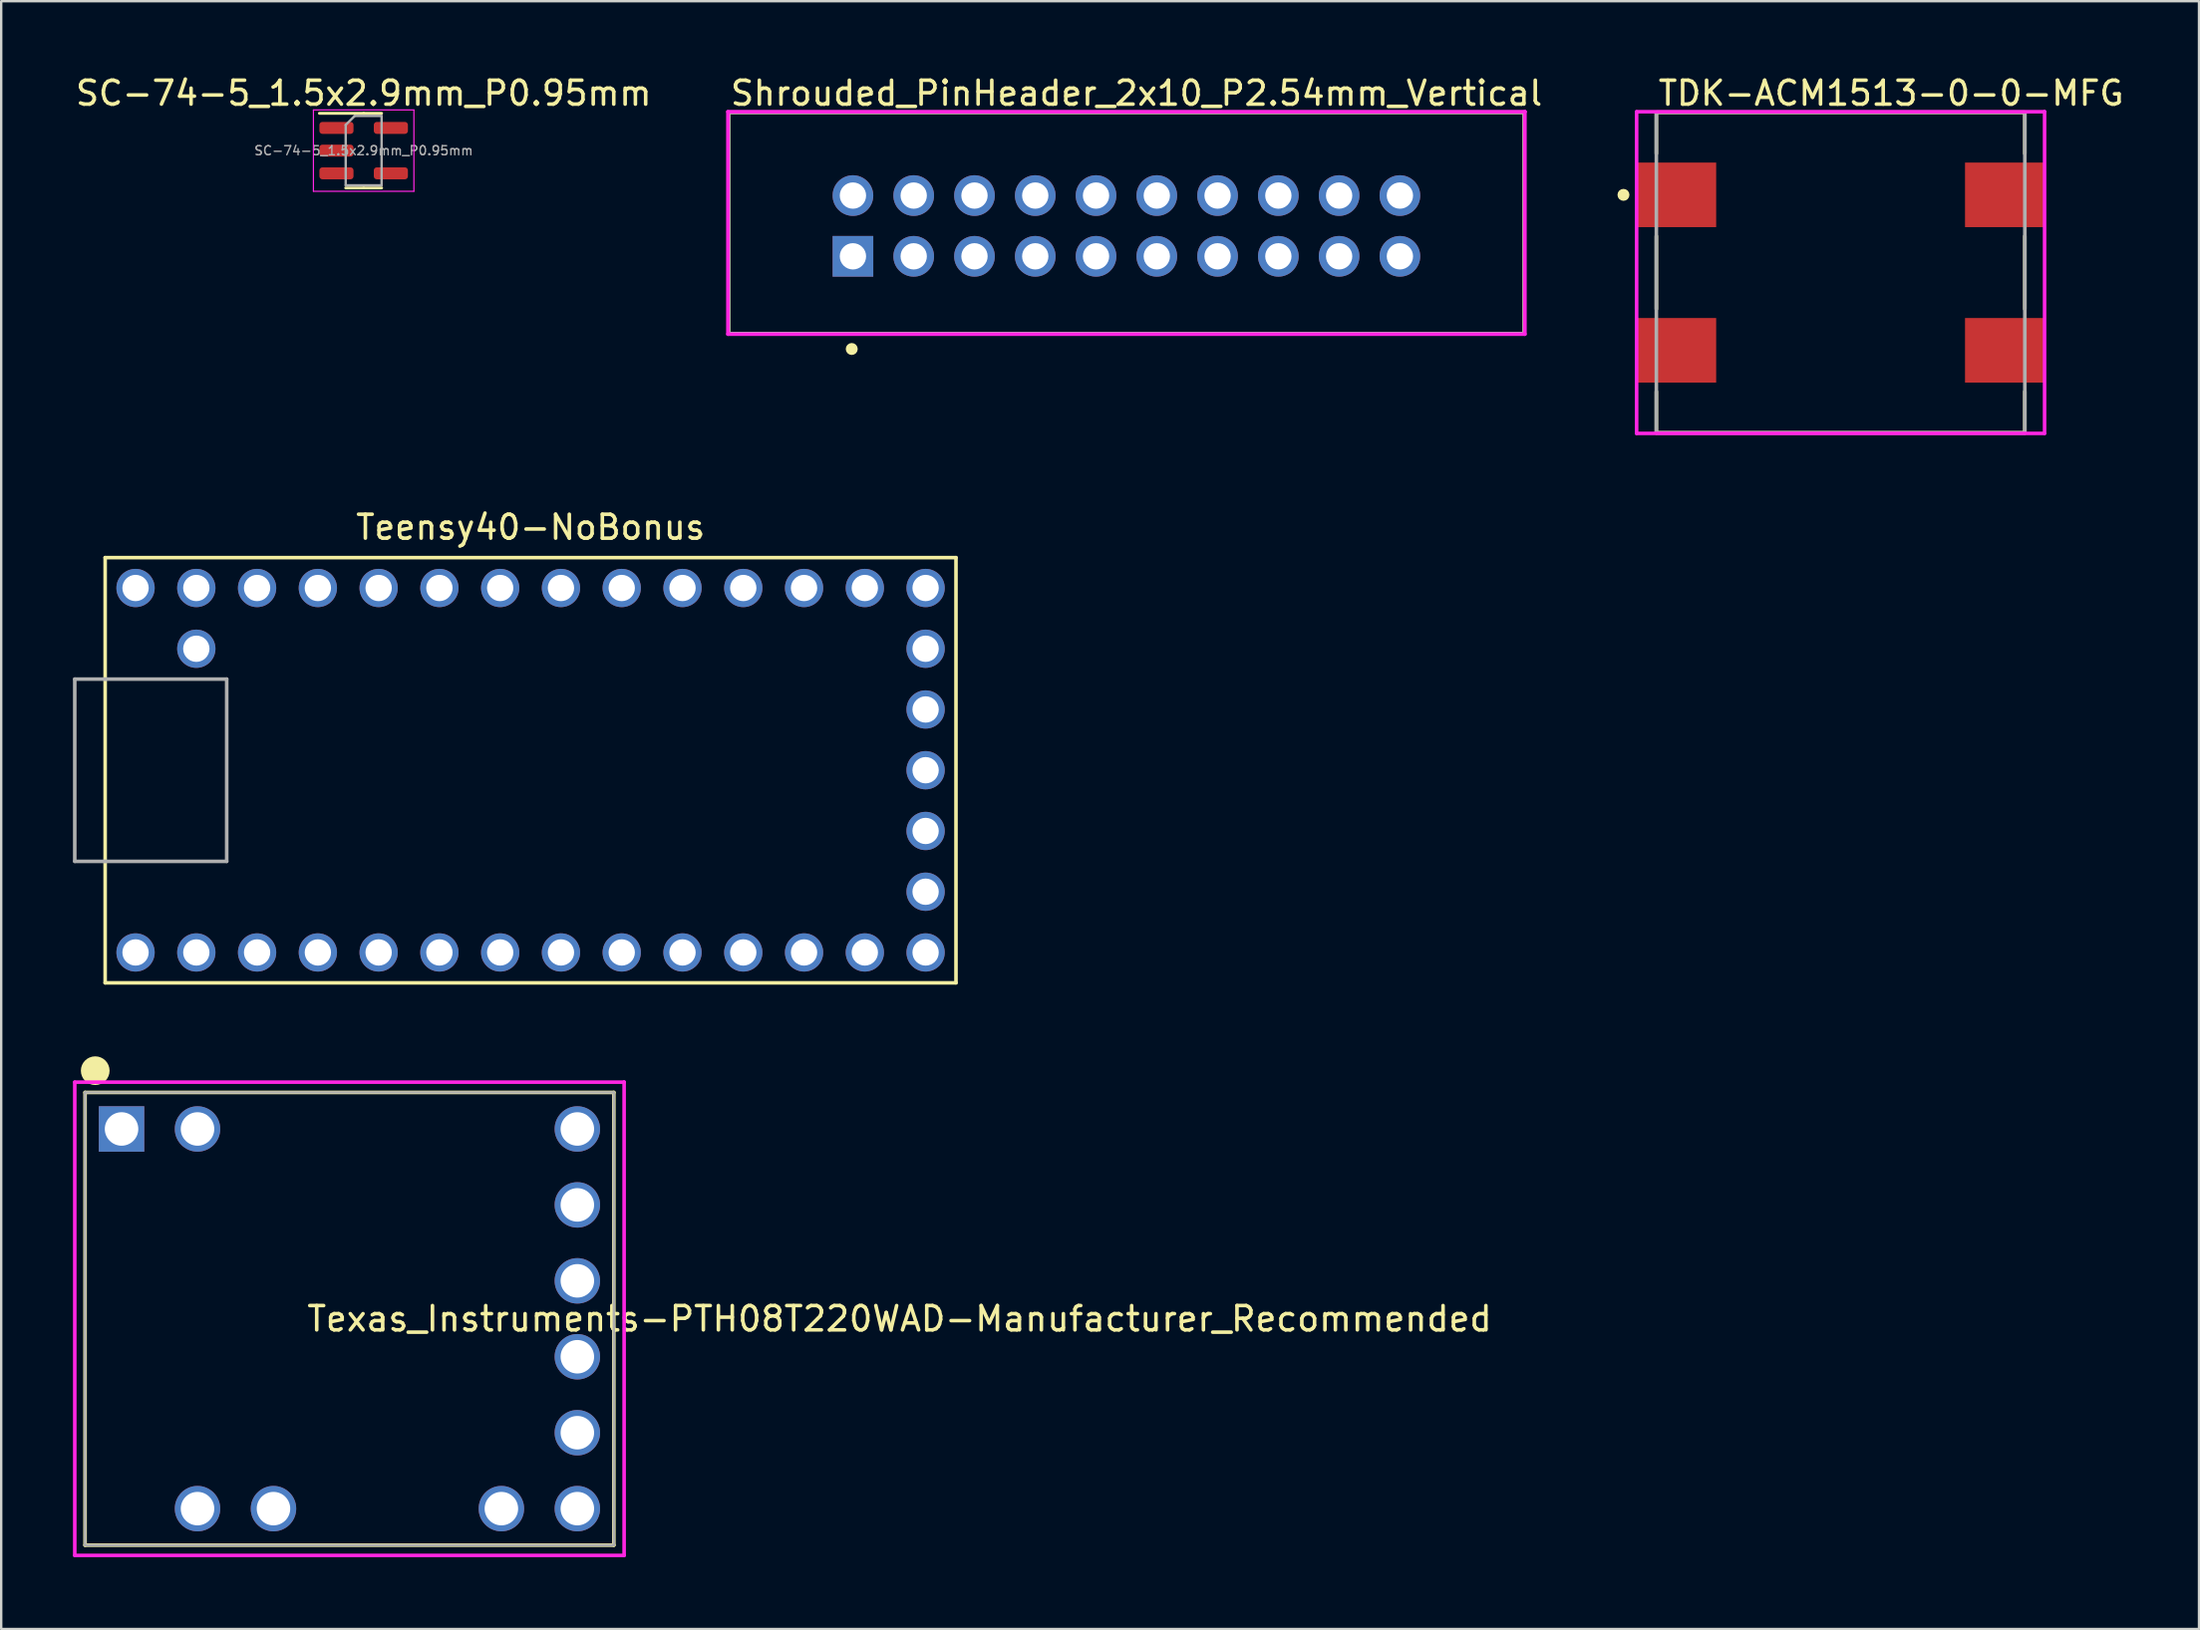
<source format=kicad_pcb>
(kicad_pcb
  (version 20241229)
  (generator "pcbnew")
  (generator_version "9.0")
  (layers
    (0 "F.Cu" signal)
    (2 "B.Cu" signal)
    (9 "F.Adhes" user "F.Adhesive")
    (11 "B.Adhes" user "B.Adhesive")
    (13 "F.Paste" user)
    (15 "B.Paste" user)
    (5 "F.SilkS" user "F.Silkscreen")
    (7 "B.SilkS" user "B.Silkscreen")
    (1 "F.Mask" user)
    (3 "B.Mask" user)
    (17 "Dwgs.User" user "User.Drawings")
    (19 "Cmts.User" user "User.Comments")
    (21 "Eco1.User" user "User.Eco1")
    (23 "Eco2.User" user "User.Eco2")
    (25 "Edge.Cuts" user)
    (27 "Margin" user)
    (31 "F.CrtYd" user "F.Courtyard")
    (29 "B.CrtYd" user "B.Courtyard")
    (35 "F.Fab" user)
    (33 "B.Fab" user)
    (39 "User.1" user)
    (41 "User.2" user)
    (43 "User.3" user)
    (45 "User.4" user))
  (footprint "TDK-ACM1513-0-0-MFG"
    (layer "F.Cu")
    (at 73.877 8.348)
    (property "Reference" "TDK-ACM1513-0-0-MFG" (at -7.7 -7.5 0) (layer "F.SilkS") (effects (font (size 1 1) (thickness 0.15)) (justify left)))
    (attr through_hole)
    (fp_line (start -7.7 -6.7) (end 7.7 -6.7) (stroke (width 0.15) (type solid)) (layer "F.SilkS"))
    (fp_line (start -7.7 -4.975) (end -7.7 -6.7) (stroke (width 0.15) (type solid)) (layer "F.SilkS"))
    (fp_line (start -7.7 1.525) (end -7.7 -1.525) (stroke (width 0.15) (type solid)) (layer "F.SilkS"))
    (fp_line (start -7.7 6.7) (end -7.7 4.975) (stroke (width 0.15) (type solid)) (layer "F.SilkS"))
    (fp_line (start -7.7 6.7) (end 7.7 6.7) (stroke (width 0.15) (type solid)) (layer "F.SilkS"))
    (fp_line (start 7.7 -4.975) (end 7.7 -6.7) (stroke (width 0.15) (type solid)) (layer "F.SilkS"))
    (fp_line (start 7.7 1.525) (end 7.7 -1.525) (stroke (width 0.15) (type solid)) (layer "F.SilkS"))
    (fp_line (start 7.7 6.7) (end 7.7 4.975) (stroke (width 0.15) (type solid)) (layer "F.SilkS"))
    (fp_circle (center -9.075 -3.25) (end -8.95 -3.25) (stroke (width 0.25) (type solid)) (fill no) (layer "F.SilkS"))
    (fp_line (start -8.525 -6.725) (end -8.525 6.725) (stroke (width 0.15) (type solid)) (layer "F.CrtYd"))
    (fp_line (start -8.525 6.725) (end 8.525 6.725) (stroke (width 0.15) (type solid)) (layer "F.CrtYd"))
    (fp_line (start 8.525 -6.725) (end -8.525 -6.725) (stroke (width 0.15) (type solid)) (layer "F.CrtYd"))
    (fp_line (start 8.525 -6.725) (end 8.525 -6.725) (stroke (width 0.15) (type solid)) (layer "F.CrtYd"))
    (fp_line (start 8.525 6.725) (end 8.525 -6.725) (stroke (width 0.15) (type solid)) (layer "F.CrtYd"))
    (fp_line (start -7.7 -6.7) (end 7.7 -6.7) (stroke (width 0.15) (type solid)) (layer "F.Fab"))
    (fp_line (start -7.7 6.7) (end -7.7 -6.7) (stroke (width 0.15) (type solid)) (layer "F.Fab"))
    (fp_line (start 7.7 -6.7) (end 7.7 6.7) (stroke (width 0.15) (type solid)) (layer "F.Fab"))
    (fp_line (start 7.7 6.7) (end -7.7 6.7) (stroke (width 0.15) (type solid)) (layer "F.Fab"))
    (pad "1" smd rect (at -6.85 -3.25) (size 3.3 2.7) (layers "F.Cu" "F.Mask" "F.Paste"))
    (pad "2" smd rect (at -6.85 3.25) (size 3.3 2.7) (layers "F.Cu" "F.Mask" "F.Paste"))
    (pad "3" smd rect (at 6.85 3.25) (size 3.3 2.7) (layers "F.Cu" "F.Mask" "F.Paste"))
    (pad "4" smd rect (at 6.85 -3.25) (size 3.3 2.7) (layers "F.Cu" "F.Mask" "F.Paste")))
  (footprint "Teensy40-NoBonus"
    (layer "F.Cu")
    (at 19.125 29.157)
    (property "Reference" "Teensy40-NoBonus" (at 0 -10.16 0) (layer "F.SilkS") (effects (font (size 1 1) (thickness 0.15))))
    (attr through_hole)
    (fp_line (start -17.78 -8.89) (end 17.78 -8.89) (stroke (width 0.15) (type solid)) (layer "F.SilkS"))
    (fp_line (start -17.78 8.89) (end -17.78 -8.89) (stroke (width 0.15) (type solid)) (layer "F.SilkS"))
    (fp_line (start 17.78 -8.89) (end 17.78 8.89) (stroke (width 0.15) (type solid)) (layer "F.SilkS"))
    (fp_line (start 17.78 8.89) (end -17.78 8.89) (stroke (width 0.15) (type solid)) (layer "F.SilkS"))
    (fp_line (start -19.05 -3.81) (end -17.78 -3.81) (stroke (width 0.15) (type solid)) (layer "F.Fab"))
    (fp_line (start -19.05 3.81) (end -19.05 -3.81) (stroke (width 0.15) (type solid)) (layer "F.Fab"))
    (fp_line (start -17.78 3.81) (end -19.05 3.81) (stroke (width 0.15) (type solid)) (layer "F.Fab"))
    (fp_line (start -12.7 -3.81) (end -17.78 -3.81) (stroke (width 0.15) (type solid)) (layer "F.Fab"))
    (fp_line (start -12.7 3.81) (end -17.78 3.81) (stroke (width 0.15) (type solid)) (layer "F.Fab"))
    (fp_line (start -12.7 3.81) (end -12.7 -3.81) (stroke (width 0.15) (type solid)) (layer "F.Fab"))
    (pad "1" thru_hole circle (at -16.51 7.62) (size 1.6 1.6) (drill 1.1) (layers "*.Cu" "*.Mask"))
    (pad "2" thru_hole circle (at -13.97 7.62) (size 1.6 1.6) (drill 1.1) (layers "*.Cu" "*.Mask"))
    (pad "3" thru_hole circle (at -11.43 7.62) (size 1.6 1.6) (drill 1.1) (layers "*.Cu" "*.Mask"))
    (pad "4" thru_hole circle (at -8.89 7.62) (size 1.6 1.6) (drill 1.1) (layers "*.Cu" "*.Mask"))
    (pad "5" thru_hole circle (at -6.35 7.62) (size 1.6 1.6) (drill 1.1) (layers "*.Cu" "*.Mask"))
    (pad "6" thru_hole circle (at -3.81 7.62) (size 1.6 1.6) (drill 1.1) (layers "*.Cu" "*.Mask"))
    (pad "7" thru_hole circle (at -1.27 7.62) (size 1.6 1.6) (drill 1.1) (layers "*.Cu" "*.Mask"))
    (pad "8" thru_hole circle (at 1.27 7.62) (size 1.6 1.6) (drill 1.1) (layers "*.Cu" "*.Mask"))
    (pad "9" thru_hole circle (at 3.81 7.62) (size 1.6 1.6) (drill 1.1) (layers "*.Cu" "*.Mask"))
    (pad "10" thru_hole circle (at 6.35 7.62) (size 1.6 1.6) (drill 1.1) (layers "*.Cu" "*.Mask"))
    (pad "11" thru_hole circle (at 8.89 7.62) (size 1.6 1.6) (drill 1.1) (layers "*.Cu" "*.Mask"))
    (pad "12" thru_hole circle (at 11.43 7.62) (size 1.6 1.6) (drill 1.1) (layers "*.Cu" "*.Mask"))
    (pad "13" thru_hole circle (at 13.97 7.62) (size 1.6 1.6) (drill 1.1) (layers "*.Cu" "*.Mask"))
    (pad "14" thru_hole circle (at 16.51 7.62) (size 1.6 1.6) (drill 1.1) (layers "*.Cu" "*.Mask"))
    (pad "15" thru_hole circle (at 16.51 5.08) (size 1.6 1.6) (drill 1.1) (layers "*.Cu" "*.Mask"))
    (pad "16" thru_hole circle (at 16.51 2.54) (size 1.6 1.6) (drill 1.1) (layers "*.Cu" "*.Mask"))
    (pad "17" thru_hole circle (at 16.51 0) (size 1.6 1.6) (drill 1.1) (layers "*.Cu" "*.Mask"))
    (pad "18" thru_hole circle (at 16.51 -2.54) (size 1.6 1.6) (drill 1.1) (layers "*.Cu" "*.Mask"))
    (pad "19" thru_hole circle (at 16.51 -5.08) (size 1.6 1.6) (drill 1.1) (layers "*.Cu" "*.Mask"))
    (pad "20" thru_hole circle (at 16.51 -7.62) (size 1.6 1.6) (drill 1.1) (layers "*.Cu" "*.Mask"))
    (pad "21" thru_hole circle (at 13.97 -7.62) (size 1.6 1.6) (drill 1.1) (layers "*.Cu" "*.Mask"))
    (pad "22" thru_hole circle (at 11.43 -7.62) (size 1.6 1.6) (drill 1.1) (layers "*.Cu" "*.Mask"))
    (pad "23" thru_hole circle (at 8.89 -7.62) (size 1.6 1.6) (drill 1.1) (layers "*.Cu" "*.Mask"))
    (pad "24" thru_hole circle (at 6.35 -7.62) (size 1.6 1.6) (drill 1.1) (layers "*.Cu" "*.Mask"))
    (pad "25" thru_hole circle (at 3.81 -7.62) (size 1.6 1.6) (drill 1.1) (layers "*.Cu" "*.Mask"))
    (pad "26" thru_hole circle (at 1.27 -7.62) (size 1.6 1.6) (drill 1.1) (layers "*.Cu" "*.Mask"))
    (pad "27" thru_hole circle (at -1.27 -7.62) (size 1.6 1.6) (drill 1.1) (layers "*.Cu" "*.Mask"))
    (pad "28" thru_hole circle (at -3.81 -7.62) (size 1.6 1.6) (drill 1.1) (layers "*.Cu" "*.Mask"))
    (pad "29" thru_hole circle (at -6.35 -7.62) (size 1.6 1.6) (drill 1.1) (layers "*.Cu" "*.Mask"))
    (pad "30" thru_hole circle (at -8.89 -7.62) (size 1.6 1.6) (drill 1.1) (layers "*.Cu" "*.Mask"))
    (pad "31" thru_hole circle (at -11.43 -7.62) (size 1.6 1.6) (drill 1.1) (layers "*.Cu" "*.Mask"))
    (pad "32" thru_hole circle (at -13.97 -7.62) (size 1.6 1.6) (drill 1.1) (layers "*.Cu" "*.Mask"))
    (pad "33" thru_hole circle (at -16.51 -7.62) (size 1.6 1.6) (drill 1.1) (layers "*.Cu" "*.Mask"))
    (pad "34" thru_hole circle (at -13.97 -5.08) (size 1.6 1.6) (drill 1.1) (layers "*.Cu" "*.Mask")))
  (footprint "SC-74-5_1.5x2.9mm_P0.95mm"
    (layer "F.Cu")
    (at 12.149 3.248)
    (property "Reference" "SC-74-5_1.5x2.9mm_P0.95mm" (at 0 -2.4 0) (layer "F.SilkS") (effects (font (size 1 1) (thickness 0.15))))
    (attr smd)
    (fp_line (start 0 -1.56) (end -1.85 -1.56) (stroke (width 0.12) (type solid)) (layer "F.SilkS"))
    (fp_line (start 0 -1.56) (end 0.75 -1.56) (stroke (width 0.12) (type solid)) (layer "F.SilkS"))
    (fp_line (start 0 1.56) (end -0.75 1.56) (stroke (width 0.12) (type solid)) (layer "F.SilkS"))
    (fp_line (start 0 1.56) (end 0.75 1.56) (stroke (width 0.12) (type solid)) (layer "F.SilkS"))
    (fp_line (start -2.1 -1.7) (end -2.1 1.7) (stroke (width 0.05) (type solid)) (layer "F.CrtYd"))
    (fp_line (start -2.1 1.7) (end 2.1 1.7) (stroke (width 0.05) (type solid)) (layer "F.CrtYd"))
    (fp_line (start 2.1 -1.7) (end -2.1 -1.7) (stroke (width 0.05) (type solid)) (layer "F.CrtYd"))
    (fp_line (start 2.1 1.7) (end 2.1 -1.7) (stroke (width 0.05) (type solid)) (layer "F.CrtYd"))
    (fp_line (start -0.75 -1.075) (end -0.375 -1.45) (stroke (width 0.1) (type solid)) (layer "F.Fab"))
    (fp_line (start -0.75 1.45) (end -0.75 -1.075) (stroke (width 0.1) (type solid)) (layer "F.Fab"))
    (fp_line (start -0.375 -1.45) (end 0.75 -1.45) (stroke (width 0.1) (type solid)) (layer "F.Fab"))
    (fp_line (start 0.75 -1.45) (end 0.75 1.45) (stroke (width 0.1) (type solid)) (layer "F.Fab"))
    (fp_line (start 0.75 1.45) (end -0.75 1.45) (stroke (width 0.1) (type solid)) (layer "F.Fab"))
    (fp_text user "${REFERENCE}" (at 0 0 0) (layer "F.Fab") (effects (font (size 0.38 0.38) (thickness 0.06))))
    (pad "1" smd roundrect (at -1.137 -0.95) (size 1.425 0.5) (layers "F.Cu" "F.Mask" "F.Paste") (roundrect_rratio 0.25))
    (pad "2" smd roundrect (at -1.137 0) (size 1.425 0.5) (layers "F.Cu" "F.Mask" "F.Paste") (roundrect_rratio 0.25))
    (pad "3" smd roundrect (at -1.137 0.95) (size 1.425 0.5) (layers "F.Cu" "F.Mask" "F.Paste") (roundrect_rratio 0.25))
    (pad "4" smd roundrect (at 1.137 0.95) (size 1.425 0.5) (layers "F.Cu" "F.Mask" "F.Paste") (roundrect_rratio 0.25))
    (pad "5" smd roundrect (at 1.137 -0.95) (size 1.425 0.5) (layers "F.Cu" "F.Mask" "F.Paste") (roundrect_rratio 0.25)))
  (footprint "Texas_Instruments-PTH08T220WAD-Manufacturer_Recommended"
    (layer "F.Cu")
    (at 11.555 52.096)
    (property "Reference" "Texas_Instruments-PTH08T220WAD-Manufacturer_Recommended" (at -1.854 0 0) (layer "F.SilkS") (effects (font (size 1.016 1.016) (thickness 0.15)) (justify left)))
    (attr through_hole)
    (fp_line (start -11.05 -9.465) (end 11.05 -9.465) (stroke (width 0.15) (type solid)) (layer "F.SilkS"))
    (fp_line (start -11.05 9.465) (end -11.05 -9.465) (stroke (width 0.15) (type solid)) (layer "F.SilkS"))
    (fp_line (start -11.05 9.465) (end 11.05 9.465) (stroke (width 0.15) (type solid)) (layer "F.SilkS"))
    (fp_line (start 11.05 9.465) (end 11.05 -9.465) (stroke (width 0.15) (type solid)) (layer "F.SilkS"))
    (fp_circle (center -10.625 -10.375) (end -10.325 -10.375) (stroke (width 0.6) (type solid)) (fill no) (layer "F.SilkS"))
    (fp_line (start -11.48 -9.895) (end -11.48 9.895) (stroke (width 0.15) (type solid)) (layer "F.CrtYd"))
    (fp_line (start -11.48 9.895) (end 11.48 9.895) (stroke (width 0.15) (type solid)) (layer "F.CrtYd"))
    (fp_line (start 11.48 -9.895) (end -11.48 -9.895) (stroke (width 0.15) (type solid)) (layer "F.CrtYd"))
    (fp_line (start 11.48 -9.895) (end 11.48 -9.895) (stroke (width 0.15) (type solid)) (layer "F.CrtYd"))
    (fp_line (start 11.48 9.895) (end 11.48 -9.895) (stroke (width 0.15) (type solid)) (layer "F.CrtYd"))
    (fp_line (start -11.05 -9.465) (end 11.05 -9.465) (stroke (width 0.1) (type solid)) (layer "F.Fab"))
    (fp_line (start -11.05 9.465) (end -11.05 -9.465) (stroke (width 0.1) (type solid)) (layer "F.Fab"))
    (fp_line (start -11.05 9.465) (end 11.05 9.465) (stroke (width 0.1) (type solid)) (layer "F.Fab"))
    (fp_line (start 11.05 9.465) (end 11.05 -9.465) (stroke (width 0.1) (type solid)) (layer "F.Fab"))
    (pad "1" thru_hole rect (at -9.525 -7.938) (size 1.9 1.9) (drill 1.4) (layers "*.Cu"))
    (pad "2" thru_hole circle (at -6.35 7.938) (size 1.9 1.9) (drill 1.4) (layers "*.Cu"))
    (pad "3" thru_hole circle (at -3.175 7.938) (size 1.9 1.9) (drill 1.4) (layers "*.Cu"))
    (pad "4" thru_hole circle (at 6.35 7.938) (size 1.9 1.9) (drill 1.4) (layers "*.Cu"))
    (pad "5" thru_hole circle (at 9.525 7.938) (size 1.9 1.9) (drill 1.4) (layers "*.Cu"))
    (pad "6" thru_hole circle (at 9.525 4.763) (size 1.9 1.9) (drill 1.4) (layers "*.Cu"))
    (pad "7" thru_hole circle (at 9.525 1.587) (size 1.9 1.9) (drill 1.4) (layers "*.Cu"))
    (pad "8" thru_hole circle (at 9.525 -1.587) (size 1.9 1.9) (drill 1.4) (layers "*.Cu"))
    (pad "9" thru_hole circle (at 9.525 -4.763) (size 1.9 1.9) (drill 1.4) (layers "*.Cu"))
    (pad "10" thru_hole circle (at 9.525 -7.938) (size 1.9 1.9) (drill 1.4) (layers "*.Cu"))
    (pad "11" thru_hole circle (at -6.35 -7.938) (size 1.9 1.9) (drill 1.4) (layers "*.Cu")))
  (footprint "Shrouded_PinHeader_2x10_P2.54mm_Vertical"
    (layer "F.Cu")
    (at 44.028 6.273)
    (property "Reference" "Shrouded_PinHeader_2x10_P2.54mm_Vertical" (at -16.63 -5.425 0) (layer "F.SilkS") (effects (font (size 1 1) (thickness 0.15)) (justify left)))
    (attr through_hole)
    (fp_line (start -16.63 -4.625) (end 16.63 -4.625) (stroke (width 0.15) (type solid)) (layer "F.SilkS"))
    (fp_line (start -16.63 4.625) (end -16.63 -4.625) (stroke (width 0.15) (type solid)) (layer "F.SilkS"))
    (fp_line (start -16.63 4.625) (end 16.63 4.625) (stroke (width 0.15) (type solid)) (layer "F.SilkS"))
    (fp_line (start 16.63 4.625) (end 16.63 -4.625) (stroke (width 0.15) (type solid)) (layer "F.SilkS"))
    (fp_circle (center -11.48 5.27) (end -11.355 5.27) (stroke (width 0.25) (type solid)) (fill no) (layer "F.SilkS"))
    (fp_line (start -16.655 -4.65) (end -16.655 4.65) (stroke (width 0.15) (type solid)) (layer "F.CrtYd"))
    (fp_line (start -16.655 4.65) (end 16.655 4.65) (stroke (width 0.15) (type solid)) (layer "F.CrtYd"))
    (fp_line (start 16.655 -4.65) (end -16.655 -4.65) (stroke (width 0.15) (type solid)) (layer "F.CrtYd"))
    (fp_line (start 16.655 -4.65) (end 16.655 -4.65) (stroke (width 0.15) (type solid)) (layer "F.CrtYd"))
    (fp_line (start 16.655 4.65) (end 16.655 -4.65) (stroke (width 0.15) (type solid)) (layer "F.CrtYd"))
    (fp_line (start -16.63 -4.625) (end 16.63 -4.625) (stroke (width 0.15) (type solid)) (layer "F.Fab"))
    (fp_line (start -16.63 4.625) (end -16.63 -4.625) (stroke (width 0.15) (type solid)) (layer "F.Fab"))
    (fp_line (start 16.63 -4.625) (end 16.63 4.625) (stroke (width 0.15) (type solid)) (layer "F.Fab"))
    (fp_line (start 16.63 4.625) (end -16.63 4.625) (stroke (width 0.15) (type solid)) (layer "F.Fab"))
    (pad "1" thru_hole rect (at -11.43 1.395) (size 1.7 1.7) (drill 1.1) (layers "*.Cu"))
    (pad "2" thru_hole circle (at -11.43 -1.145) (size 1.7 1.7) (drill 1.1) (layers "*.Cu"))
    (pad "3" thru_hole circle (at -8.89 1.395) (size 1.7 1.7) (drill 1.1) (layers "*.Cu"))
    (pad "4" thru_hole circle (at -8.89 -1.145) (size 1.7 1.7) (drill 1.1) (layers "*.Cu"))
    (pad "5" thru_hole circle (at -6.35 1.395) (size 1.7 1.7) (drill 1.1) (layers "*.Cu"))
    (pad "6" thru_hole circle (at -6.35 -1.145) (size 1.7 1.7) (drill 1.1) (layers "*.Cu"))
    (pad "7" thru_hole circle (at -3.81 1.395) (size 1.7 1.7) (drill 1.1) (layers "*.Cu"))
    (pad "8" thru_hole circle (at -3.81 -1.145) (size 1.7 1.7) (drill 1.1) (layers "*.Cu"))
    (pad "9" thru_hole circle (at -1.27 1.395) (size 1.7 1.7) (drill 1.1) (layers "*.Cu"))
    (pad "10" thru_hole circle (at -1.27 -1.145) (size 1.7 1.7) (drill 1.1) (layers "*.Cu"))
    (pad "11" thru_hole circle (at 1.27 1.395) (size 1.7 1.7) (drill 1.1) (layers "*.Cu"))
    (pad "12" thru_hole circle (at 1.27 -1.145) (size 1.7 1.7) (drill 1.1) (layers "*.Cu"))
    (pad "13" thru_hole circle (at 3.81 1.395) (size 1.7 1.7) (drill 1.1) (layers "*.Cu"))
    (pad "14" thru_hole circle (at 3.81 -1.145) (size 1.7 1.7) (drill 1.1) (layers "*.Cu"))
    (pad "15" thru_hole circle (at 6.35 1.395) (size 1.7 1.7) (drill 1.1) (layers "*.Cu"))
    (pad "16" thru_hole circle (at 6.35 -1.145) (size 1.7 1.7) (drill 1.1) (layers "*.Cu"))
    (pad "17" thru_hole circle (at 8.89 1.395) (size 1.7 1.7) (drill 1.1) (layers "*.Cu"))
    (pad "18" thru_hole circle (at 8.89 -1.145) (size 1.7 1.7) (drill 1.1) (layers "*.Cu"))
    (pad "19" thru_hole circle (at 11.43 1.395) (size 1.7 1.7) (drill 1.1) (layers "*.Cu"))
    (pad "20" thru_hole circle (at 11.43 -1.145) (size 1.7 1.7) (drill 1.1) (layers "*.Cu")))
  (gr_rect
    (start -3 -3)
    (end 88.856 65.066)
    (stroke (width 0.1) (type default))
    (fill no)
    (layer "Edge.Cuts")))
</source>
